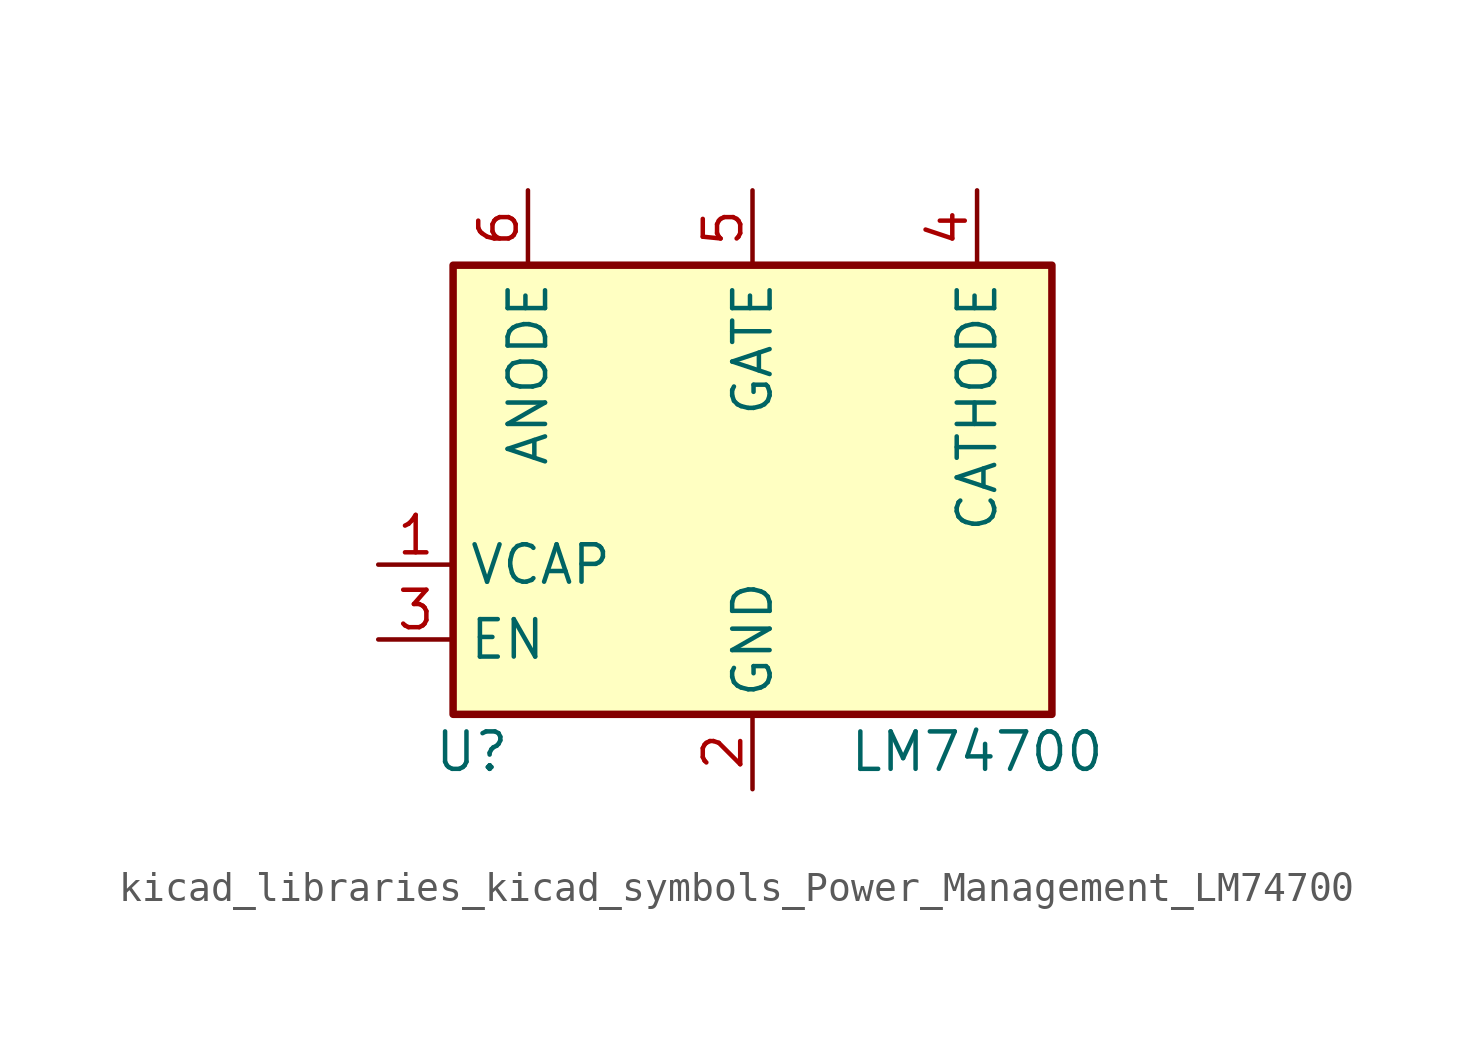
<source format=kicad_sym>
(kicad_symbol_lib
  (version 20220914)
  (generator kicad_symbol_editor)
  (symbol "kicad_libraries_kicad_symbols_Power_Management_LM74700"
    (property "Reference" "U"
      (at -9.525 -8.89 0)
      (effects (font (size 1.27 1.27))))
    (property "Value" "LM74700"
      (at 7.62 -8.89 0)
      (effects (font (size 1.27 1.27))))
    (symbol "kicad_libraries_kicad_symbols_Power_Management_LM74700_0_1"
      (rectangle (start -10.16 7.62) (end 10.16 -7.62) (stroke (width 0.254) (type default)) (fill (type background))))
    (symbol "kicad_libraries_kicad_symbols_Power_Management_LM74700_1_1"
      (pin passive line (at -12.7 -2.54 0) (length 2.54) (name "VCAP" (effects (font (size 1.27 1.27)))) (number "1" (effects (font (size 1.27 1.27)))))
      (pin power_in line (at 0 -10.16 90) (length 2.54) (name "GND" (effects (font (size 1.27 1.27)))) (number "2" (effects (font (size 1.27 1.27)))))
      (pin input line (at -12.7 -5.08 0) (length 2.54) (name "EN" (effects (font (size 1.27 1.27)))) (number "3" (effects (font (size 1.27 1.27)))))
      (pin input line (at 7.62 10.16 270) (length 2.54) (name "CATHODE" (effects (font (size 1.27 1.27)))) (number "4" (effects (font (size 1.27 1.27)))))
      (pin output line (at 0 10.16 270) (length 2.54) (name "GATE" (effects (font (size 1.27 1.27)))) (number "5" (effects (font (size 1.27 1.27)))))
      (pin power_in line (at -7.62 10.16 270) (length 2.54) (name "ANODE" (effects (font (size 1.27 1.27)))) (number "6" (effects (font (size 1.27 1.27))))))))
</source>
